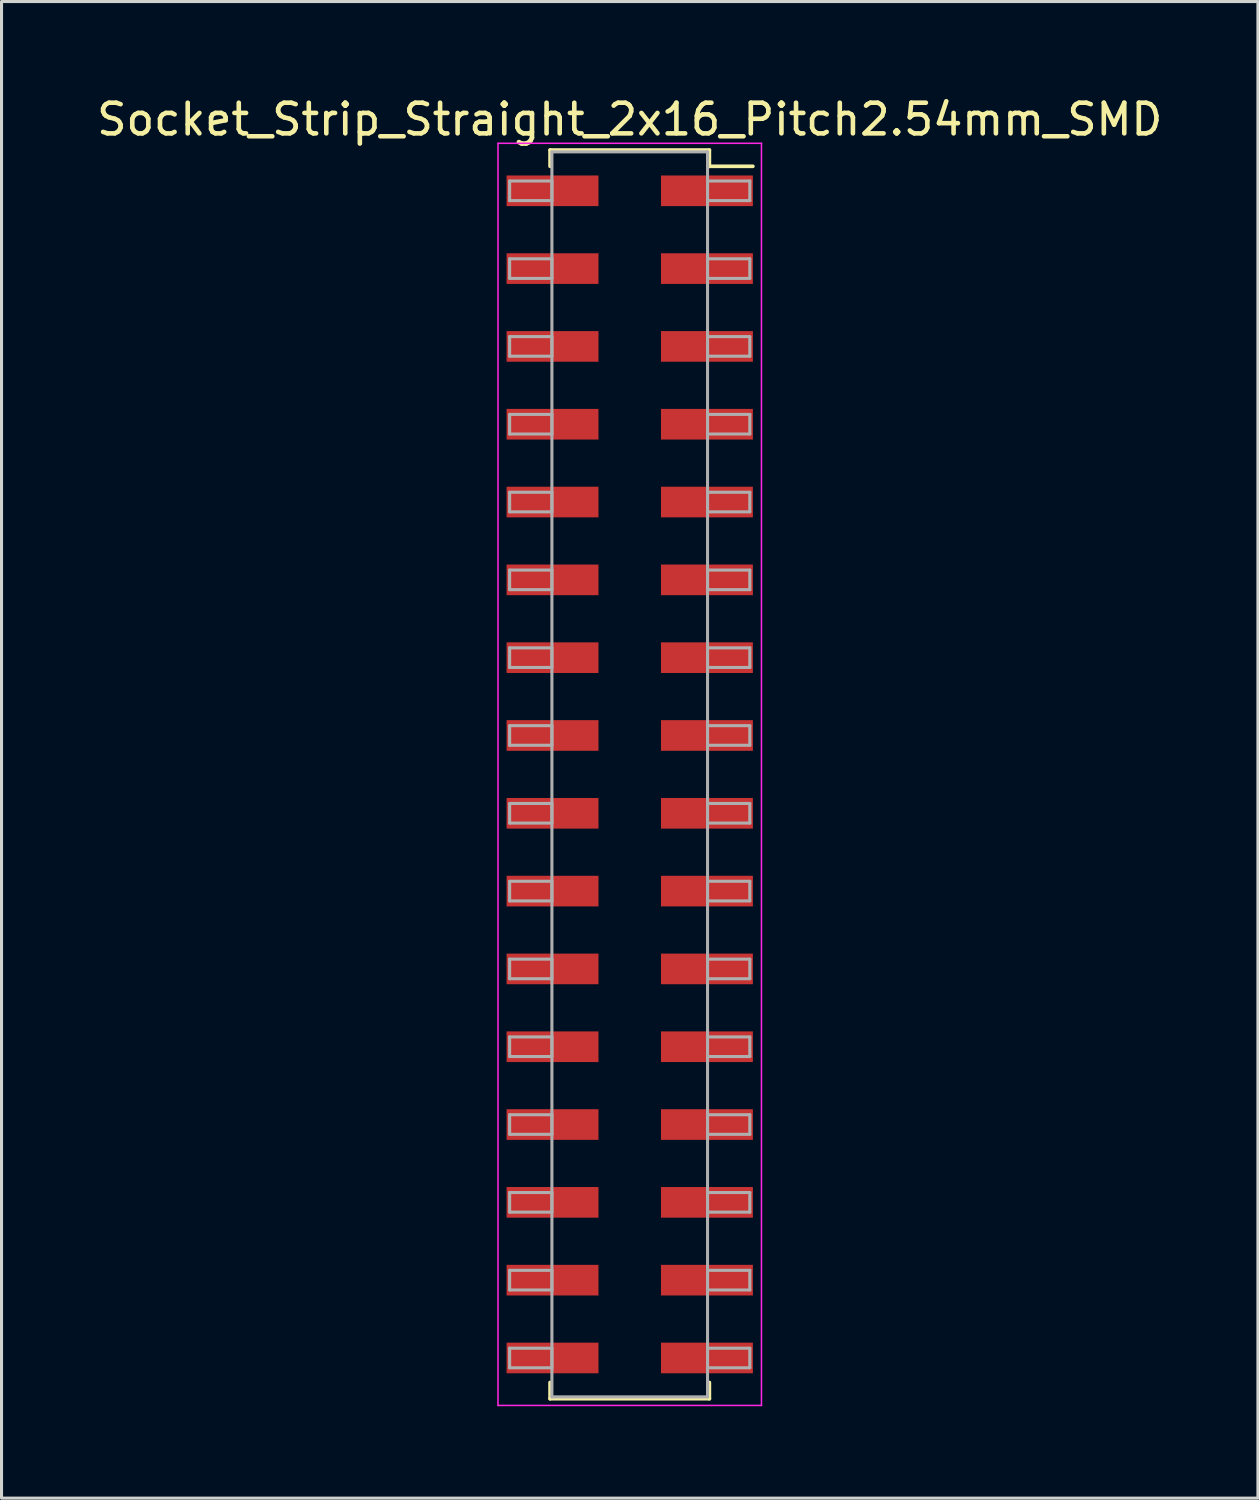
<source format=kicad_pcb>
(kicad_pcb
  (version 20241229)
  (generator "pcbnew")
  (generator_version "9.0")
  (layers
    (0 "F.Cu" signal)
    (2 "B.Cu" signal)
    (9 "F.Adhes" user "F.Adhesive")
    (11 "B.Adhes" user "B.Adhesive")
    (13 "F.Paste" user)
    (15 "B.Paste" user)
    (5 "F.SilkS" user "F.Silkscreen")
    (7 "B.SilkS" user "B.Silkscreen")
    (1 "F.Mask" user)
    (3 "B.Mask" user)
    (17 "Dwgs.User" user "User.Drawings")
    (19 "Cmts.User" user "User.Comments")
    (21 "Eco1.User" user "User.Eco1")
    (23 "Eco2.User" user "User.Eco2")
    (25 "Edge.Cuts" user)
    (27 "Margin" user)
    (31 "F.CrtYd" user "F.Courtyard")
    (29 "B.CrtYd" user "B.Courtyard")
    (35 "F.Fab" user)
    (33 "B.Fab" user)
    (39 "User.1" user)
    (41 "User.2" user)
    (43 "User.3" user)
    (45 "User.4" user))
  (footprint "Socket_Strip_Straight_2x16_Pitch2.54mm_SMD"
    (layer "F.Cu")
    (at 17.506 22.228)
    (property "Reference" "Socket_Strip_Straight_2x16_Pitch2.54mm_SMD" (at 0 -21.38 0) (layer "F.SilkS") (effects (font (size 1 1) (thickness 0.15))))
    (attr smd)
    (fp_line (start -2.6 -20.38) (end 2.6 -20.38) (stroke (width 0.12) (type solid)) (layer "F.SilkS"))
    (fp_line (start -2.6 -19.85) (end -2.6 -20.38) (stroke (width 0.12) (type solid)) (layer "F.SilkS"))
    (fp_line (start -2.6 19.85) (end -2.6 20.38) (stroke (width 0.12) (type solid)) (layer "F.SilkS"))
    (fp_line (start -2.6 20.38) (end 2.6 20.38) (stroke (width 0.12) (type solid)) (layer "F.SilkS"))
    (fp_line (start 2.6 -20.38) (end 2.6 -19.85) (stroke (width 0.12) (type solid)) (layer "F.SilkS"))
    (fp_line (start 2.6 20.38) (end 2.6 19.85) (stroke (width 0.12) (type solid)) (layer "F.SilkS"))
    (fp_line (start 4.02 -19.85) (end 2.6 -19.85) (stroke (width 0.12) (type solid)) (layer "F.SilkS"))
    (fp_line (start -4.3 -20.6) (end -4.3 20.6) (stroke (width 0.05) (type solid)) (layer "F.CrtYd"))
    (fp_line (start -4.3 20.6) (end 4.3 20.6) (stroke (width 0.05) (type solid)) (layer "F.CrtYd"))
    (fp_line (start 4.3 -20.6) (end -4.3 -20.6) (stroke (width 0.05) (type solid)) (layer "F.CrtYd"))
    (fp_line (start 4.3 20.6) (end 4.3 -20.6) (stroke (width 0.05) (type solid)) (layer "F.CrtYd"))
    (fp_line (start -3.92 -19.37) (end -2.54 -19.37) (stroke (width 0.1) (type solid)) (layer "F.Fab"))
    (fp_line (start -3.92 -18.73) (end -3.92 -19.37) (stroke (width 0.1) (type solid)) (layer "F.Fab"))
    (fp_line (start -3.92 -16.83) (end -2.54 -16.83) (stroke (width 0.1) (type solid)) (layer "F.Fab"))
    (fp_line (start -3.92 -16.19) (end -3.92 -16.83) (stroke (width 0.1) (type solid)) (layer "F.Fab"))
    (fp_line (start -3.92 -14.29) (end -2.54 -14.29) (stroke (width 0.1) (type solid)) (layer "F.Fab"))
    (fp_line (start -3.92 -13.65) (end -3.92 -14.29) (stroke (width 0.1) (type solid)) (layer "F.Fab"))
    (fp_line (start -3.92 -11.75) (end -2.54 -11.75) (stroke (width 0.1) (type solid)) (layer "F.Fab"))
    (fp_line (start -3.92 -11.11) (end -3.92 -11.75) (stroke (width 0.1) (type solid)) (layer "F.Fab"))
    (fp_line (start -3.92 -9.21) (end -2.54 -9.21) (stroke (width 0.1) (type solid)) (layer "F.Fab"))
    (fp_line (start -3.92 -8.57) (end -3.92 -9.21) (stroke (width 0.1) (type solid)) (layer "F.Fab"))
    (fp_line (start -3.92 -6.67) (end -2.54 -6.67) (stroke (width 0.1) (type solid)) (layer "F.Fab"))
    (fp_line (start -3.92 -6.03) (end -3.92 -6.67) (stroke (width 0.1) (type solid)) (layer "F.Fab"))
    (fp_line (start -3.92 -4.13) (end -2.54 -4.13) (stroke (width 0.1) (type solid)) (layer "F.Fab"))
    (fp_line (start -3.92 -3.49) (end -3.92 -4.13) (stroke (width 0.1) (type solid)) (layer "F.Fab"))
    (fp_line (start -3.92 -1.59) (end -2.54 -1.59) (stroke (width 0.1) (type solid)) (layer "F.Fab"))
    (fp_line (start -3.92 -0.95) (end -3.92 -1.59) (stroke (width 0.1) (type solid)) (layer "F.Fab"))
    (fp_line (start -3.92 0.95) (end -2.54 0.95) (stroke (width 0.1) (type solid)) (layer "F.Fab"))
    (fp_line (start -3.92 1.59) (end -3.92 0.95) (stroke (width 0.1) (type solid)) (layer "F.Fab"))
    (fp_line (start -3.92 3.49) (end -2.54 3.49) (stroke (width 0.1) (type solid)) (layer "F.Fab"))
    (fp_line (start -3.92 4.13) (end -3.92 3.49) (stroke (width 0.1) (type solid)) (layer "F.Fab"))
    (fp_line (start -3.92 6.03) (end -2.54 6.03) (stroke (width 0.1) (type solid)) (layer "F.Fab"))
    (fp_line (start -3.92 6.67) (end -3.92 6.03) (stroke (width 0.1) (type solid)) (layer "F.Fab"))
    (fp_line (start -3.92 8.57) (end -2.54 8.57) (stroke (width 0.1) (type solid)) (layer "F.Fab"))
    (fp_line (start -3.92 9.21) (end -3.92 8.57) (stroke (width 0.1) (type solid)) (layer "F.Fab"))
    (fp_line (start -3.92 11.11) (end -2.54 11.11) (stroke (width 0.1) (type solid)) (layer "F.Fab"))
    (fp_line (start -3.92 11.75) (end -3.92 11.11) (stroke (width 0.1) (type solid)) (layer "F.Fab"))
    (fp_line (start -3.92 13.65) (end -2.54 13.65) (stroke (width 0.1) (type solid)) (layer "F.Fab"))
    (fp_line (start -3.92 14.29) (end -3.92 13.65) (stroke (width 0.1) (type solid)) (layer "F.Fab"))
    (fp_line (start -3.92 16.19) (end -2.54 16.19) (stroke (width 0.1) (type solid)) (layer "F.Fab"))
    (fp_line (start -3.92 16.83) (end -3.92 16.19) (stroke (width 0.1) (type solid)) (layer "F.Fab"))
    (fp_line (start -3.92 18.73) (end -2.54 18.73) (stroke (width 0.1) (type solid)) (layer "F.Fab"))
    (fp_line (start -3.92 19.37) (end -3.92 18.73) (stroke (width 0.1) (type solid)) (layer "F.Fab"))
    (fp_line (start -2.54 -20.32) (end -2.54 20.32) (stroke (width 0.1) (type solid)) (layer "F.Fab"))
    (fp_line (start -2.54 -19.37) (end -2.54 -18.73) (stroke (width 0.1) (type solid)) (layer "F.Fab"))
    (fp_line (start -2.54 -18.73) (end -3.92 -18.73) (stroke (width 0.1) (type solid)) (layer "F.Fab"))
    (fp_line (start -2.54 -16.83) (end -2.54 -16.19) (stroke (width 0.1) (type solid)) (layer "F.Fab"))
    (fp_line (start -2.54 -16.19) (end -3.92 -16.19) (stroke (width 0.1) (type solid)) (layer "F.Fab"))
    (fp_line (start -2.54 -14.29) (end -2.54 -13.65) (stroke (width 0.1) (type solid)) (layer "F.Fab"))
    (fp_line (start -2.54 -13.65) (end -3.92 -13.65) (stroke (width 0.1) (type solid)) (layer "F.Fab"))
    (fp_line (start -2.54 -11.75) (end -2.54 -11.11) (stroke (width 0.1) (type solid)) (layer "F.Fab"))
    (fp_line (start -2.54 -11.11) (end -3.92 -11.11) (stroke (width 0.1) (type solid)) (layer "F.Fab"))
    (fp_line (start -2.54 -9.21) (end -2.54 -8.57) (stroke (width 0.1) (type solid)) (layer "F.Fab"))
    (fp_line (start -2.54 -8.57) (end -3.92 -8.57) (stroke (width 0.1) (type solid)) (layer "F.Fab"))
    (fp_line (start -2.54 -6.67) (end -2.54 -6.03) (stroke (width 0.1) (type solid)) (layer "F.Fab"))
    (fp_line (start -2.54 -6.03) (end -3.92 -6.03) (stroke (width 0.1) (type solid)) (layer "F.Fab"))
    (fp_line (start -2.54 -4.13) (end -2.54 -3.49) (stroke (width 0.1) (type solid)) (layer "F.Fab"))
    (fp_line (start -2.54 -3.49) (end -3.92 -3.49) (stroke (width 0.1) (type solid)) (layer "F.Fab"))
    (fp_line (start -2.54 -1.59) (end -2.54 -0.95) (stroke (width 0.1) (type solid)) (layer "F.Fab"))
    (fp_line (start -2.54 -0.95) (end -3.92 -0.95) (stroke (width 0.1) (type solid)) (layer "F.Fab"))
    (fp_line (start -2.54 0.95) (end -2.54 1.59) (stroke (width 0.1) (type solid)) (layer "F.Fab"))
    (fp_line (start -2.54 1.59) (end -3.92 1.59) (stroke (width 0.1) (type solid)) (layer "F.Fab"))
    (fp_line (start -2.54 3.49) (end -2.54 4.13) (stroke (width 0.1) (type solid)) (layer "F.Fab"))
    (fp_line (start -2.54 4.13) (end -3.92 4.13) (stroke (width 0.1) (type solid)) (layer "F.Fab"))
    (fp_line (start -2.54 6.03) (end -2.54 6.67) (stroke (width 0.1) (type solid)) (layer "F.Fab"))
    (fp_line (start -2.54 6.67) (end -3.92 6.67) (stroke (width 0.1) (type solid)) (layer "F.Fab"))
    (fp_line (start -2.54 8.57) (end -2.54 9.21) (stroke (width 0.1) (type solid)) (layer "F.Fab"))
    (fp_line (start -2.54 9.21) (end -3.92 9.21) (stroke (width 0.1) (type solid)) (layer "F.Fab"))
    (fp_line (start -2.54 11.11) (end -2.54 11.75) (stroke (width 0.1) (type solid)) (layer "F.Fab"))
    (fp_line (start -2.54 11.75) (end -3.92 11.75) (stroke (width 0.1) (type solid)) (layer "F.Fab"))
    (fp_line (start -2.54 13.65) (end -2.54 14.29) (stroke (width 0.1) (type solid)) (layer "F.Fab"))
    (fp_line (start -2.54 14.29) (end -3.92 14.29) (stroke (width 0.1) (type solid)) (layer "F.Fab"))
    (fp_line (start -2.54 16.19) (end -2.54 16.83) (stroke (width 0.1) (type solid)) (layer "F.Fab"))
    (fp_line (start -2.54 16.83) (end -3.92 16.83) (stroke (width 0.1) (type solid)) (layer "F.Fab"))
    (fp_line (start -2.54 18.73) (end -2.54 19.37) (stroke (width 0.1) (type solid)) (layer "F.Fab"))
    (fp_line (start -2.54 19.37) (end -3.92 19.37) (stroke (width 0.1) (type solid)) (layer "F.Fab"))
    (fp_line (start -2.54 20.32) (end 2.54 20.32) (stroke (width 0.1) (type solid)) (layer "F.Fab"))
    (fp_line (start 2.54 -20.32) (end -2.54 -20.32) (stroke (width 0.1) (type solid)) (layer "F.Fab"))
    (fp_line (start 2.54 -19.37) (end 2.54 -18.73) (stroke (width 0.1) (type solid)) (layer "F.Fab"))
    (fp_line (start 2.54 -18.73) (end 3.92 -18.73) (stroke (width 0.1) (type solid)) (layer "F.Fab"))
    (fp_line (start 2.54 -16.83) (end 2.54 -16.19) (stroke (width 0.1) (type solid)) (layer "F.Fab"))
    (fp_line (start 2.54 -16.19) (end 3.92 -16.19) (stroke (width 0.1) (type solid)) (layer "F.Fab"))
    (fp_line (start 2.54 -14.29) (end 2.54 -13.65) (stroke (width 0.1) (type solid)) (layer "F.Fab"))
    (fp_line (start 2.54 -13.65) (end 3.92 -13.65) (stroke (width 0.1) (type solid)) (layer "F.Fab"))
    (fp_line (start 2.54 -11.75) (end 2.54 -11.11) (stroke (width 0.1) (type solid)) (layer "F.Fab"))
    (fp_line (start 2.54 -11.11) (end 3.92 -11.11) (stroke (width 0.1) (type solid)) (layer "F.Fab"))
    (fp_line (start 2.54 -9.21) (end 2.54 -8.57) (stroke (width 0.1) (type solid)) (layer "F.Fab"))
    (fp_line (start 2.54 -8.57) (end 3.92 -8.57) (stroke (width 0.1) (type solid)) (layer "F.Fab"))
    (fp_line (start 2.54 -6.67) (end 2.54 -6.03) (stroke (width 0.1) (type solid)) (layer "F.Fab"))
    (fp_line (start 2.54 -6.03) (end 3.92 -6.03) (stroke (width 0.1) (type solid)) (layer "F.Fab"))
    (fp_line (start 2.54 -4.13) (end 2.54 -3.49) (stroke (width 0.1) (type solid)) (layer "F.Fab"))
    (fp_line (start 2.54 -3.49) (end 3.92 -3.49) (stroke (width 0.1) (type solid)) (layer "F.Fab"))
    (fp_line (start 2.54 -1.59) (end 2.54 -0.95) (stroke (width 0.1) (type solid)) (layer "F.Fab"))
    (fp_line (start 2.54 -0.95) (end 3.92 -0.95) (stroke (width 0.1) (type solid)) (layer "F.Fab"))
    (fp_line (start 2.54 0.95) (end 2.54 1.59) (stroke (width 0.1) (type solid)) (layer "F.Fab"))
    (fp_line (start 2.54 1.59) (end 3.92 1.59) (stroke (width 0.1) (type solid)) (layer "F.Fab"))
    (fp_line (start 2.54 3.49) (end 2.54 4.13) (stroke (width 0.1) (type solid)) (layer "F.Fab"))
    (fp_line (start 2.54 4.13) (end 3.92 4.13) (stroke (width 0.1) (type solid)) (layer "F.Fab"))
    (fp_line (start 2.54 6.03) (end 2.54 6.67) (stroke (width 0.1) (type solid)) (layer "F.Fab"))
    (fp_line (start 2.54 6.67) (end 3.92 6.67) (stroke (width 0.1) (type solid)) (layer "F.Fab"))
    (fp_line (start 2.54 8.57) (end 2.54 9.21) (stroke (width 0.1) (type solid)) (layer "F.Fab"))
    (fp_line (start 2.54 9.21) (end 3.92 9.21) (stroke (width 0.1) (type solid)) (layer "F.Fab"))
    (fp_line (start 2.54 11.11) (end 2.54 11.75) (stroke (width 0.1) (type solid)) (layer "F.Fab"))
    (fp_line (start 2.54 11.75) (end 3.92 11.75) (stroke (width 0.1) (type solid)) (layer "F.Fab"))
    (fp_line (start 2.54 13.65) (end 2.54 14.29) (stroke (width 0.1) (type solid)) (layer "F.Fab"))
    (fp_line (start 2.54 14.29) (end 3.92 14.29) (stroke (width 0.1) (type solid)) (layer "F.Fab"))
    (fp_line (start 2.54 16.19) (end 2.54 16.83) (stroke (width 0.1) (type solid)) (layer "F.Fab"))
    (fp_line (start 2.54 16.83) (end 3.92 16.83) (stroke (width 0.1) (type solid)) (layer "F.Fab"))
    (fp_line (start 2.54 18.73) (end 2.54 19.37) (stroke (width 0.1) (type solid)) (layer "F.Fab"))
    (fp_line (start 2.54 19.37) (end 3.92 19.37) (stroke (width 0.1) (type solid)) (layer "F.Fab"))
    (fp_line (start 2.54 20.32) (end 2.54 -20.32) (stroke (width 0.1) (type solid)) (layer "F.Fab"))
    (fp_line (start 3.92 -19.37) (end 2.54 -19.37) (stroke (width 0.1) (type solid)) (layer "F.Fab"))
    (fp_line (start 3.92 -18.73) (end 3.92 -19.37) (stroke (width 0.1) (type solid)) (layer "F.Fab"))
    (fp_line (start 3.92 -16.83) (end 2.54 -16.83) (stroke (width 0.1) (type solid)) (layer "F.Fab"))
    (fp_line (start 3.92 -16.19) (end 3.92 -16.83) (stroke (width 0.1) (type solid)) (layer "F.Fab"))
    (fp_line (start 3.92 -14.29) (end 2.54 -14.29) (stroke (width 0.1) (type solid)) (layer "F.Fab"))
    (fp_line (start 3.92 -13.65) (end 3.92 -14.29) (stroke (width 0.1) (type solid)) (layer "F.Fab"))
    (fp_line (start 3.92 -11.75) (end 2.54 -11.75) (stroke (width 0.1) (type solid)) (layer "F.Fab"))
    (fp_line (start 3.92 -11.11) (end 3.92 -11.75) (stroke (width 0.1) (type solid)) (layer "F.Fab"))
    (fp_line (start 3.92 -9.21) (end 2.54 -9.21) (stroke (width 0.1) (type solid)) (layer "F.Fab"))
    (fp_line (start 3.92 -8.57) (end 3.92 -9.21) (stroke (width 0.1) (type solid)) (layer "F.Fab"))
    (fp_line (start 3.92 -6.67) (end 2.54 -6.67) (stroke (width 0.1) (type solid)) (layer "F.Fab"))
    (fp_line (start 3.92 -6.03) (end 3.92 -6.67) (stroke (width 0.1) (type solid)) (layer "F.Fab"))
    (fp_line (start 3.92 -4.13) (end 2.54 -4.13) (stroke (width 0.1) (type solid)) (layer "F.Fab"))
    (fp_line (start 3.92 -3.49) (end 3.92 -4.13) (stroke (width 0.1) (type solid)) (layer "F.Fab"))
    (fp_line (start 3.92 -1.59) (end 2.54 -1.59) (stroke (width 0.1) (type solid)) (layer "F.Fab"))
    (fp_line (start 3.92 -0.95) (end 3.92 -1.59) (stroke (width 0.1) (type solid)) (layer "F.Fab"))
    (fp_line (start 3.92 0.95) (end 2.54 0.95) (stroke (width 0.1) (type solid)) (layer "F.Fab"))
    (fp_line (start 3.92 1.59) (end 3.92 0.95) (stroke (width 0.1) (type solid)) (layer "F.Fab"))
    (fp_line (start 3.92 3.49) (end 2.54 3.49) (stroke (width 0.1) (type solid)) (layer "F.Fab"))
    (fp_line (start 3.92 4.13) (end 3.92 3.49) (stroke (width 0.1) (type solid)) (layer "F.Fab"))
    (fp_line (start 3.92 6.03) (end 2.54 6.03) (stroke (width 0.1) (type solid)) (layer "F.Fab"))
    (fp_line (start 3.92 6.67) (end 3.92 6.03) (stroke (width 0.1) (type solid)) (layer "F.Fab"))
    (fp_line (start 3.92 8.57) (end 2.54 8.57) (stroke (width 0.1) (type solid)) (layer "F.Fab"))
    (fp_line (start 3.92 9.21) (end 3.92 8.57) (stroke (width 0.1) (type solid)) (layer "F.Fab"))
    (fp_line (start 3.92 11.11) (end 2.54 11.11) (stroke (width 0.1) (type solid)) (layer "F.Fab"))
    (fp_line (start 3.92 11.75) (end 3.92 11.11) (stroke (width 0.1) (type solid)) (layer "F.Fab"))
    (fp_line (start 3.92 13.65) (end 2.54 13.65) (stroke (width 0.1) (type solid)) (layer "F.Fab"))
    (fp_line (start 3.92 14.29) (end 3.92 13.65) (stroke (width 0.1) (type solid)) (layer "F.Fab"))
    (fp_line (start 3.92 16.19) (end 2.54 16.19) (stroke (width 0.1) (type solid)) (layer "F.Fab"))
    (fp_line (start 3.92 16.83) (end 3.92 16.19) (stroke (width 0.1) (type solid)) (layer "F.Fab"))
    (fp_line (start 3.92 18.73) (end 2.54 18.73) (stroke (width 0.1) (type solid)) (layer "F.Fab"))
    (fp_line (start 3.92 19.37) (end 3.92 18.73) (stroke (width 0.1) (type solid)) (layer "F.Fab"))
    (pad "1" smd rect (at 2.52 -19.05) (size 3 1) (layers "F.Cu" "F.Mask"))
    (pad "2" smd rect (at -2.52 -19.05) (size 3 1) (layers "F.Cu" "F.Mask"))
    (pad "3" smd rect (at 2.52 -16.51) (size 3 1) (layers "F.Cu" "F.Mask"))
    (pad "4" smd rect (at -2.52 -16.51) (size 3 1) (layers "F.Cu" "F.Mask"))
    (pad "5" smd rect (at 2.52 -13.97) (size 3 1) (layers "F.Cu" "F.Mask"))
    (pad "6" smd rect (at -2.52 -13.97) (size 3 1) (layers "F.Cu" "F.Mask"))
    (pad "7" smd rect (at 2.52 -11.43) (size 3 1) (layers "F.Cu" "F.Mask"))
    (pad "8" smd rect (at -2.52 -11.43) (size 3 1) (layers "F.Cu" "F.Mask"))
    (pad "9" smd rect (at 2.52 -8.89) (size 3 1) (layers "F.Cu" "F.Mask"))
    (pad "10" smd rect (at -2.52 -8.89) (size 3 1) (layers "F.Cu" "F.Mask"))
    (pad "11" smd rect (at 2.52 -6.35) (size 3 1) (layers "F.Cu" "F.Mask"))
    (pad "12" smd rect (at -2.52 -6.35) (size 3 1) (layers "F.Cu" "F.Mask"))
    (pad "13" smd rect (at 2.52 -3.81) (size 3 1) (layers "F.Cu" "F.Mask"))
    (pad "14" smd rect (at -2.52 -3.81) (size 3 1) (layers "F.Cu" "F.Mask"))
    (pad "15" smd rect (at 2.52 -1.27) (size 3 1) (layers "F.Cu" "F.Mask"))
    (pad "16" smd rect (at -2.52 -1.27) (size 3 1) (layers "F.Cu" "F.Mask"))
    (pad "17" smd rect (at 2.52 1.27) (size 3 1) (layers "F.Cu" "F.Mask"))
    (pad "18" smd rect (at -2.52 1.27) (size 3 1) (layers "F.Cu" "F.Mask"))
    (pad "19" smd rect (at 2.52 3.81) (size 3 1) (layers "F.Cu" "F.Mask"))
    (pad "20" smd rect (at -2.52 3.81) (size 3 1) (layers "F.Cu" "F.Mask"))
    (pad "21" smd rect (at 2.52 6.35) (size 3 1) (layers "F.Cu" "F.Mask"))
    (pad "22" smd rect (at -2.52 6.35) (size 3 1) (layers "F.Cu" "F.Mask"))
    (pad "23" smd rect (at 2.52 8.89) (size 3 1) (layers "F.Cu" "F.Mask"))
    (pad "24" smd rect (at -2.52 8.89) (size 3 1) (layers "F.Cu" "F.Mask"))
    (pad "25" smd rect (at 2.52 11.43) (size 3 1) (layers "F.Cu" "F.Mask"))
    (pad "26" smd rect (at -2.52 11.43) (size 3 1) (layers "F.Cu" "F.Mask"))
    (pad "27" smd rect (at 2.52 13.97) (size 3 1) (layers "F.Cu" "F.Mask"))
    (pad "28" smd rect (at -2.52 13.97) (size 3 1) (layers "F.Cu" "F.Mask"))
    (pad "29" smd rect (at 2.52 16.51) (size 3 1) (layers "F.Cu" "F.Mask"))
    (pad "30" smd rect (at -2.52 16.51) (size 3 1) (layers "F.Cu" "F.Mask"))
    (pad "31" smd rect (at 2.52 19.05) (size 3 1) (layers "F.Cu" "F.Mask"))
    (pad "32" smd rect (at -2.52 19.05) (size 3 1) (layers "F.Cu" "F.Mask")))
  (gr_rect
    (start -3 -3)
    (end 38.012 45.853)
    (stroke (width 0.1) (type default))
    (fill no)
    (layer "Edge.Cuts")))
</source>
